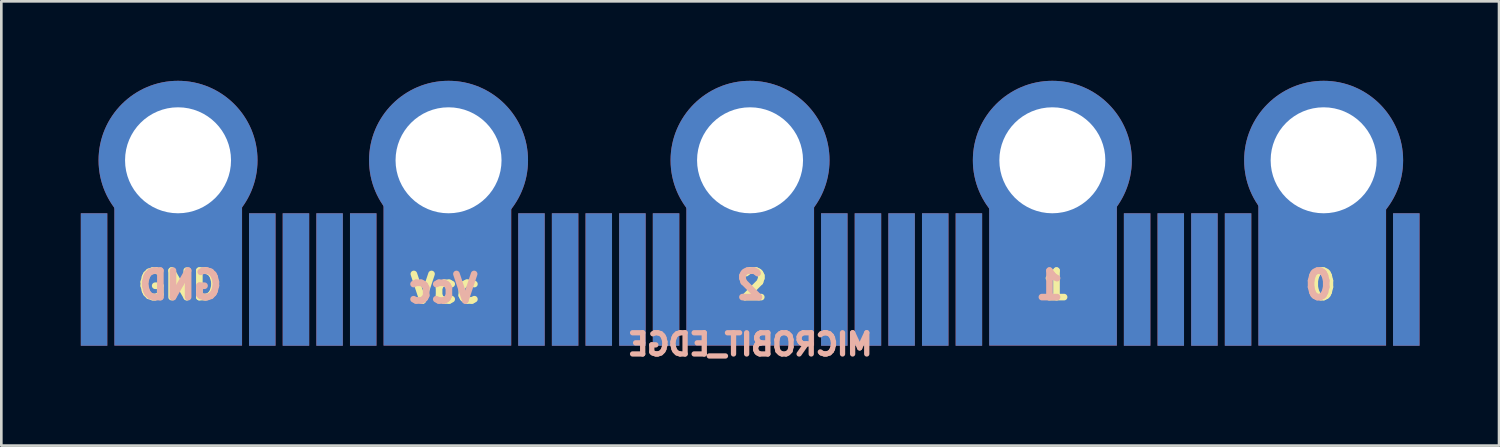
<source format=kicad_pcb>
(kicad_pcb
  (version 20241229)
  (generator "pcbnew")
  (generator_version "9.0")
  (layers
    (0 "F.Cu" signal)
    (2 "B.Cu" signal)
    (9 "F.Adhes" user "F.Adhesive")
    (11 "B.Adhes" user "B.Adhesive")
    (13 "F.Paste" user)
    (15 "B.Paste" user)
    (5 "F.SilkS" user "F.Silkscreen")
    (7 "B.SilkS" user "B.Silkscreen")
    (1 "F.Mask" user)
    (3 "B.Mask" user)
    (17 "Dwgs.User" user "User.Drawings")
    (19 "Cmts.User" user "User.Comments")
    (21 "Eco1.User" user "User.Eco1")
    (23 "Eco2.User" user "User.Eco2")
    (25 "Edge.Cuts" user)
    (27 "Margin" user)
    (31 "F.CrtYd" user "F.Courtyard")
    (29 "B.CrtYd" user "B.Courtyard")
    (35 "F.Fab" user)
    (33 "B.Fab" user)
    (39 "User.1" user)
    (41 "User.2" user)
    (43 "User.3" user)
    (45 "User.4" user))
  (footprint "MICROBIT_EDGE"
    (layer "F.Cu")
    (at 25.265 9.95)
    (property "Reference" "MICROBIT_EDGE" (at 0 0 0) (layer "B.SilkS") (effects (font (size 0.8 0.8) (thickness 1.5)) (justify mirror)))
    (fp_poly (pts (xy 1.6 -0.066) (xy 1.6 -0.087) (xy 6.213 -0.087) (xy 6.213 -0.066)) (stroke (width 0) (type default)) (fill yes) (layer "F.Mask"))
    (fp_text user "GND" (at -23.241 -1.651 0) (unlocked yes) (layer "F.SilkS") (effects (font (size 1 1) (thickness 0.25) (bold yes)) (justify left bottom)))
    (fp_text user "Vcc" (at -12.954 -1.524 0) (unlocked yes) (layer "F.SilkS") (effects (font (size 1 1) (thickness 0.25) (bold yes)) (justify left bottom)))
    (fp_text user "2" (at -0.508 -1.651 0) (unlocked yes) (layer "F.SilkS") (effects (font (size 1 1) (thickness 0.25) (bold yes)) (justify left bottom)))
    (fp_text user "1" (at 10.922 -1.651 0) (unlocked yes) (layer "F.SilkS") (effects (font (size 1 1) (thickness 0.25) (bold yes)) (justify left bottom)))
    (fp_text user "0" (at 20.955 -1.651 0) (unlocked yes) (layer "F.SilkS") (effects (font (size 1 1) (thickness 0.25) (bold yes)) (justify left bottom)))
    (fp_text user "Vcc" (at -10.16 -1.524 0) (unlocked yes) (layer "B.SilkS") (effects (font (size 1 1) (thickness 0.25) (bold yes)) (justify left bottom mirror)))
    (fp_text user "GND" (at -19.812 -1.651 0) (unlocked yes) (layer "B.SilkS") (effects (font (size 1 1) (thickness 0.25) (bold yes)) (justify left bottom mirror)))
    (fp_text user "0" (at 22.098 -1.651 0) (unlocked yes) (layer "B.SilkS") (effects (font (size 1 1) (thickness 0.25) (bold yes)) (justify left bottom mirror)))
    (fp_text user "1" (at 11.938 -1.651 0) (unlocked yes) (layer "B.SilkS") (effects (font (size 1 1) (thickness 0.25) (bold yes)) (justify left bottom mirror)))
    (fp_text user "2" (at 0.635 -1.651 0) (unlocked yes) (layer "B.SilkS") (effects (font (size 1 1) (thickness 0.25) (bold yes)) (justify left bottom mirror)))
    (fp_text_box "" (start -9.1 0.04) (end -9.1 0.04) (margins 0.77 0.77 0.77 0.77) (layer "B.Cu") (effects (font (face "Arial") (size 0.96 0.96) (thickness 0.254) (bold yes)) (justify left bottom mirror)) (border yes) (stroke (width 0.1) (type default)))
    (fp_text_box "" (start 2.31 0.04) (end 2.31 0.04) (margins 0.77 0.77 0.77 0.77) (layer "B.Cu") (effects (font (face "Arial") (size 0.96 0.96) (thickness 0.254) (bold yes)) (justify left bottom mirror)) (border yes) (stroke (width 0.1) (type default)))
    (fp_text_box "" (start 2.31 0.04) (end 2.31 0.04) (margins 0.77 0.77 0.77 0.77) (layer "B.Cu") (effects (font (face "Arial") (size 0.96 0.96) (thickness 0.254) (bold yes)) (justify left bottom mirror)) (border yes) (stroke (width 0.1) (type default)))
    (fp_text_box "" (start -19.34 0.04) (end -19.34 0.04) (margins 0.77 0.77 0.77 0.77) (layer "B.Cu") (effects (font (face "Arial") (size 0.96 0.96) (thickness 0.254) (bold yes)) (justify left bottom mirror)) (border yes) (stroke (width 0.1) (type default)))
    (fp_text_box "" (start 13.69 0.04) (end 13.69 0.04) (margins 0.77 0.77 0.77 0.77) (layer "B.Cu") (effects (font (face "Arial") (size 0.96 0.96) (thickness 0.254) (bold yes)) (justify left bottom mirror)) (border yes) (stroke (width 0.1) (type default)))
    (fp_text_box "" (start -13.69 0.04) (end -13.69 0.04) (margins 0.77 0.77 0.77 0.77) (layer "B.Cu") (effects (font (face "Arial") (size 0.96 0.96) (thickness 0.254) (bold yes)) (justify left bottom)) (border yes) (stroke (width 0.1) (type default)))
    (fp_text_box "" (start 23.9 0.04) (end 23.9 0.04) (margins 0.77 0.77 0.77 0.77) (layer "B.Cu") (effects (font (face "Arial") (size 0.96 0.96) (thickness 0.254) (bold yes)) (justify left bottom mirror)) (border yes) (stroke (width 0.1) (type default)))
    (fp_text_box "" (start -13.69 0.04) (end -13.69 0.04) (margins 0.77 0.77 0.77 0.77) (layer "B.Cu") (effects (font (face "Arial") (size 0.96 0.96) (thickness 0.254) (bold yes)) (justify left bottom)) (border yes) (stroke (width 0.1) (type default)))
    (fp_text_box "" (start 9.1 0.04) (end 9.1 0.04) (margins 0.77 0.77 0.77 0.77) (layer "B.Cu") (effects (font (face "Arial") (size 0.96 0.96) (thickness 0.254) (bold yes)) (justify left bottom)) (border yes) (stroke (width 0.1) (type default)))
    (fp_text_box "" (start -2.31 0.04) (end -2.31 0.04) (margins 0.77 0.77 0.77 0.77) (layer "B.Cu") (effects (font (face "Arial") (size 0.96 0.96) (thickness 0.254) (bold yes)) (justify left bottom)) (border yes) (stroke (width 0.1) (type default)))
    (fp_text_box "" (start -19.34 0.04) (end -19.34 0.04) (margins 0.77 0.77 0.77 0.77) (layer "B.Cu") (effects (font (face "Arial") (size 0.96 0.96) (thickness 0.254) (bold yes)) (justify left bottom mirror)) (border yes) (stroke (width 0.1) (type default)))
    (fp_text_box "" (start -9.1 0.04) (end -9.1 0.04) (margins 0.77 0.77 0.77 0.77) (layer "B.Cu") (effects (font (face "Arial") (size 0.96 0.96) (thickness 0.254) (bold yes)) (justify left bottom mirror)) (border yes) (stroke (width 0.1) (type default)))
    (fp_text_box "" (start 23.9 0.04) (end 23.9 0.04) (margins 0.77 0.77 0.77 0.77) (layer "B.Cu") (effects (font (face "Arial") (size 0.96 0.96) (thickness 0.254) (bold yes)) (justify left bottom mirror)) (border yes) (stroke (width 0.1) (type default)))
    (fp_text_box "" (start -2.31 0.04) (end -2.31 0.04) (margins 0.77 0.77 0.77 0.77) (layer "B.Cu") (effects (font (face "Arial") (size 0.96 0.96) (thickness 0.254) (bold yes)) (justify left bottom)) (border yes) (stroke (width 0.1) (type default)))
    (fp_text_box "" (start 9.1 0.04) (end 9.1 0.04) (margins 0.77 0.77 0.77 0.77) (layer "B.Cu") (effects (font (face "Arial") (size 0.96 0.96) (thickness 0.254) (bold yes)) (justify left bottom)) (border yes) (stroke (width 0.1) (type default)))
    (fp_text_box "" (start 13.69 0.04) (end 13.69 0.04) (margins 0.77 0.77 0.77 0.77) (layer "B.Cu") (effects (font (face "Arial") (size 0.96 0.96) (thickness 0.254) (bold yes)) (justify left bottom mirror)) (border yes) (stroke (width 0.1) (type default)))
    (fp_text_box "" (start -23.9 0.04) (end -23.9 0.04) (margins 0.77 0.77 0.77 0.77) (layer "B.Cu") (effects (font (face "Arial") (size 0.96 0.96) (thickness 0.254) (bold yes)) (justify left bottom)) (border yes) (stroke (width 0.1) (type default)))
    (fp_text_box "" (start -23.9 0.04) (end -23.9 0.04) (margins 0.77 0.77 0.77 0.77) (layer "B.Cu") (effects (font (face "Arial") (size 0.96 0.96) (thickness 0.254) (bold yes)) (justify left bottom)) (border yes) (stroke (width 0.1) (type default)))
    (fp_text_box "" (start 19.34 0.04) (end 19.34 0.04) (margins 0.77 0.77 0.77 0.77) (layer "B.Cu") (effects (font (face "Arial") (size 0.96 0.96) (thickness 0.254) (bold yes)) (justify left bottom)) (border yes) (stroke (width 0.1) (type default)))
    (fp_text_box "" (start 19.34 0.04) (end 19.34 0.04) (margins 0.77 0.77 0.77 0.77) (layer "B.Cu") (effects (font (face "Arial") (size 0.96 0.96) (thickness 0.254) (bold yes)) (justify left bottom)) (border yes) (stroke (width 0.1) (type default)))
    (pad "" smd rect (at -24.765 -2.45 180) (size 1 5) (layers "B.Cu" "B.Mask" "B.Paste"))
    (pad "" smd rect (at -18.415 -2.45 180) (size 1 5) (layers "B.Cu" "B.Mask" "B.Paste"))
    (pad "" smd rect (at -17.145 -2.45 180) (size 1 5) (layers "B.Cu" "B.Mask" "B.Paste"))
    (pad "" smd rect (at -15.875 -2.45 180) (size 1 5) (layers "B.Cu" "B.Mask" "B.Paste"))
    (pad "" smd rect (at -14.605 -2.45 180) (size 1 5) (layers "B.Cu" "B.Mask" "B.Paste"))
    (pad "" smd rect (at -8.255 -2.45 180) (size 1 5) (layers "B.Cu" "B.Mask" "B.Paste"))
    (pad "" smd rect (at -6.985 -2.45 180) (size 1 5) (layers "B.Cu" "B.Mask" "B.Paste"))
    (pad "" smd rect (at -5.715 -2.45 180) (size 1 5) (layers "B.Cu" "B.Mask" "B.Paste"))
    (pad "" smd rect (at -4.445 -2.45 180) (size 1 5) (layers "B.Cu" "B.Mask" "B.Paste"))
    (pad "" smd rect (at -3.175 -2.45 180) (size 1 5) (layers "B.Cu" "B.Mask" "B.Paste"))
    (pad "" smd rect (at 3.175 -2.45 180) (size 1 5) (layers "B.Cu" "B.Mask" "B.Paste"))
    (pad "" smd rect (at 4.445 -2.45 180) (size 1 5) (layers "B.Cu" "B.Mask" "B.Paste"))
    (pad "" smd rect (at 5.715 -2.45 180) (size 1 5) (layers "B.Cu" "B.Mask" "B.Paste"))
    (pad "" smd rect (at 6.985 -2.45 180) (size 1 5) (layers "B.Cu" "B.Mask" "B.Paste"))
    (pad "" smd rect (at 8.255 -2.45 180) (size 1 5) (layers "B.Cu" "B.Mask" "B.Paste"))
    (pad "" smd rect (at 14.605 -2.45 180) (size 1 5) (layers "B.Cu" "B.Mask" "B.Paste"))
    (pad "" smd rect (at 15.875 -2.45 180) (size 1 5) (layers "B.Cu" "B.Mask" "B.Paste"))
    (pad "" smd rect (at 17.145 -2.45 180) (size 1 5) (layers "B.Cu" "B.Mask" "B.Paste"))
    (pad "" smd rect (at 18.415 -2.45 180) (size 1 5) (layers "B.Cu" "B.Mask" "B.Paste"))
    (pad "" smd rect (at 24.765 -2.45 180) (size 1 5) (layers "B.Cu" "B.Mask" "B.Paste"))
    (pad "GND" smd rect (at 18.415 -2.45) (size 1 5) (layers "F.Cu" "F.Mask" "F.Paste"))
    (pad "GND" smd rect (at 21.59 -2.794) (size 4.818 5.675) (layers "B.Cu" "B.Mask" "B.Paste"))
    (pad "GND" smd rect (at 21.594 -2.791) (size 4.818 5.675) (layers "F.Cu" "F.Mask" "F.Paste"))
    (pad "GND" thru_hole circle (at 21.645 -6.95) (size 6 6) (drill 4) (layers "*.Cu" "*.Mask"))
    (pad "GND" smd rect (at 24.765 -2.45) (size 1 5) (layers "F.Cu" "F.Mask" "F.Paste"))
    (pad "P0" thru_hole circle (at -21.595 -6.95) (size 6 6) (drill 4) (layers "*.Cu" "*.Mask"))
    (pad "P0" smd rect (at -21.59 -2.794) (size 4.818 5.675) (layers "B.Cu" "B.Mask" "B.Paste"))
    (pad "P0" smd rect (at -21.586 -2.791) (size 4.818 5.675) (layers "F.Cu" "F.Mask" "F.Paste"))
    (pad "P1" smd rect (at -11.43 -2.794) (size 4.818 5.675) (layers "B.Cu" "B.Mask" "B.Paste"))
    (pad "P1" smd rect (at -11.426 -2.791) (size 4.818 5.675) (layers "F.Cu" "F.Mask" "F.Paste"))
    (pad "P1" thru_hole circle (at -11.385 -6.95) (size 6 6) (drill 4) (layers "*.Cu" "*.Mask"))
    (pad "P2" thru_hole circle (at -0.005 -6.95) (size 6 6) (drill 4) (layers "*.Cu" "*.Mask"))
    (pad "P2" smd rect (at 0 -2.794) (size 4.818 5.675) (layers "B.Cu" "B.Mask" "B.Paste"))
    (pad "P2" smd rect (at 0.004 -2.791) (size 4.818 5.675) (layers "F.Cu" "F.Mask" "F.Paste"))
    (pad "P3" smd rect (at -24.765 -2.45) (size 1 5) (layers "F.Cu" "F.Mask" "F.Paste"))
    (pad "P4" smd rect (at -18.415 -2.45) (size 1 5) (layers "F.Cu" "F.Mask" "F.Paste"))
    (pad "P5" smd rect (at -17.145 -2.45) (size 1 5) (layers "F.Cu" "F.Mask" "F.Paste"))
    (pad "P6" smd rect (at -15.875 -2.45) (size 1 5) (layers "F.Cu" "F.Mask" "F.Paste"))
    (pad "P7" smd rect (at -14.605 -2.45) (size 1 5) (layers "F.Cu" "F.Mask" "F.Paste"))
    (pad "P8" smd rect (at -8.255 -2.45) (size 1 5) (layers "F.Cu" "F.Mask" "F.Paste"))
    (pad "P9" smd rect (at -6.985 -2.45) (size 1 5) (layers "F.Cu" "F.Mask" "F.Paste"))
    (pad "P10" smd rect (at -5.715 -2.45) (size 1 5) (layers "F.Cu" "F.Mask" "F.Paste"))
    (pad "P11" smd rect (at -4.445 -2.45) (size 1 5) (layers "F.Cu" "F.Mask" "F.Paste"))
    (pad "P12" smd rect (at -3.175 -2.45) (size 1 5) (layers "F.Cu" "F.Mask" "F.Paste"))
    (pad "P13" smd rect (at 3.175 -2.45) (size 1 5) (layers "F.Cu" "F.Mask" "F.Paste"))
    (pad "P14" smd rect (at 4.445 -2.45) (size 1 5) (layers "F.Cu" "F.Mask" "F.Paste"))
    (pad "P15" smd rect (at 5.715 -2.45) (size 1 5) (layers "F.Cu" "F.Mask" "F.Paste"))
    (pad "P16" smd rect (at 6.985 -2.45) (size 1 5) (layers "F.Cu" "F.Mask" "F.Paste"))
    (pad "P19" smd rect (at 15.875 -2.45) (size 1 5) (layers "F.Cu" "F.Mask" "F.Paste"))
    (pad "P20" smd rect (at 17.145 -2.45) (size 1 5) (layers "F.Cu" "F.Mask" "F.Paste"))
    (pad "Vcc" smd rect (at 8.255 -2.45) (size 1 5) (layers "F.Cu" "F.Mask" "F.Paste"))
    (pad "Vcc" thru_hole circle (at 11.405 -6.95) (size 6 6) (drill 4) (layers "*.Cu" "*.Mask"))
    (pad "Vcc" smd rect (at 11.43 -2.794) (size 4.818 5.675) (layers "B.Cu" "B.Mask" "B.Paste"))
    (pad "Vcc" smd rect (at 11.434 -2.791) (size 4.818 5.675) (layers "F.Cu" "F.Mask" "F.Paste"))
    (pad "Vcc" smd rect (at 14.605 -2.45) (size 1 5) (layers "F.Cu" "F.Mask" "F.Paste")))
  (gr_rect
    (start -3 -3)
    (end 53.53 13.769)
    (stroke (width 0.1) (type default))
    (fill no)
    (layer "Edge.Cuts")))
</source>
